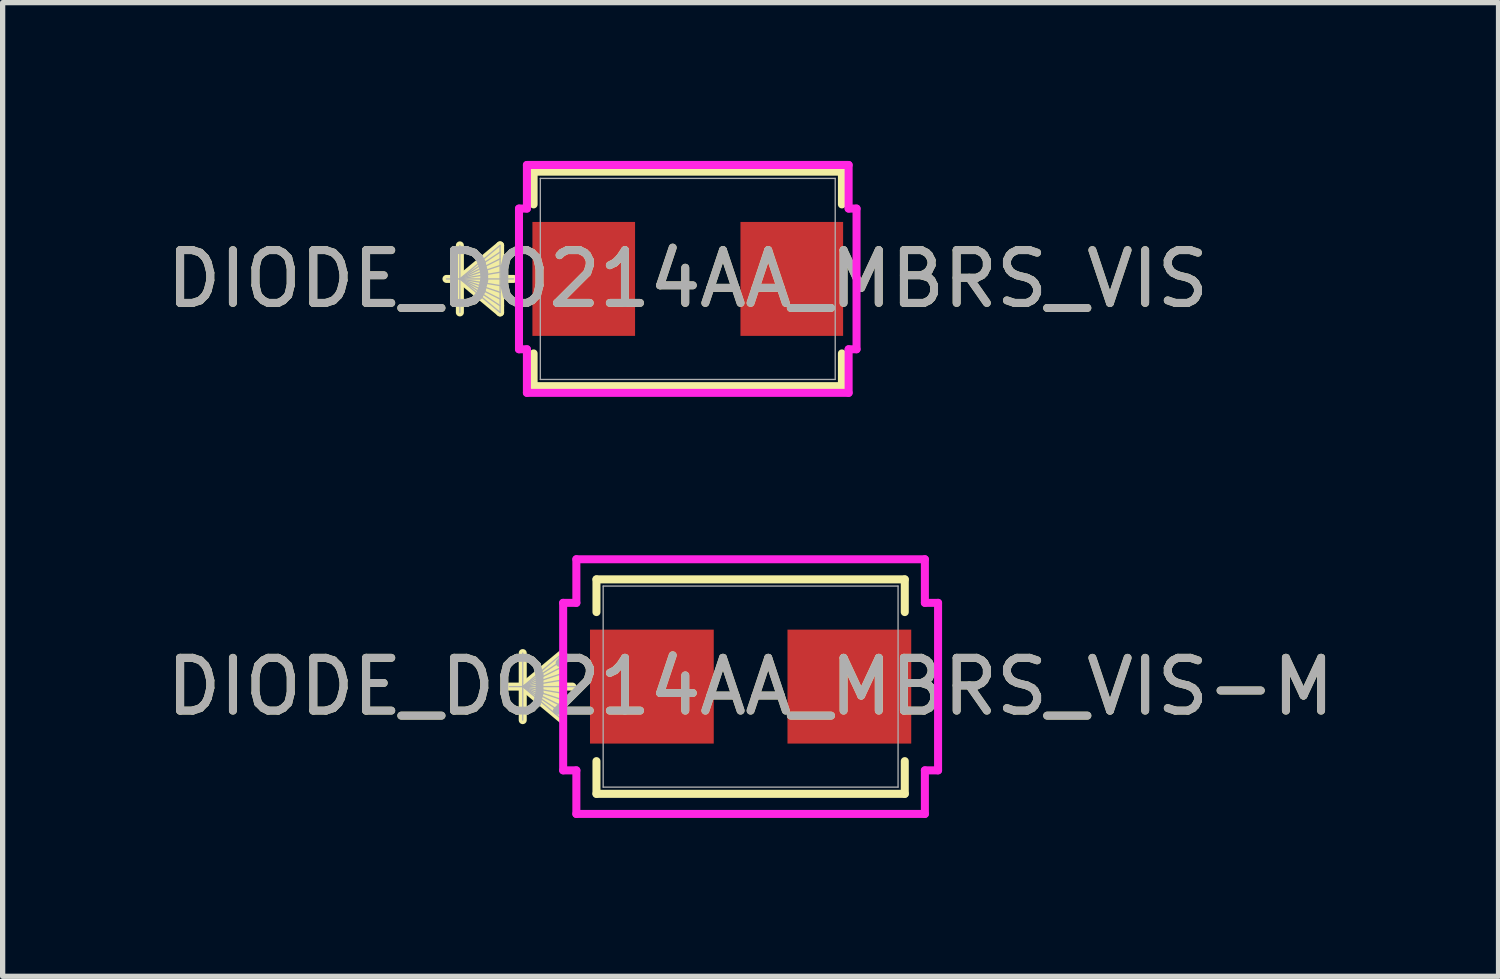
<source format=kicad_pcb>
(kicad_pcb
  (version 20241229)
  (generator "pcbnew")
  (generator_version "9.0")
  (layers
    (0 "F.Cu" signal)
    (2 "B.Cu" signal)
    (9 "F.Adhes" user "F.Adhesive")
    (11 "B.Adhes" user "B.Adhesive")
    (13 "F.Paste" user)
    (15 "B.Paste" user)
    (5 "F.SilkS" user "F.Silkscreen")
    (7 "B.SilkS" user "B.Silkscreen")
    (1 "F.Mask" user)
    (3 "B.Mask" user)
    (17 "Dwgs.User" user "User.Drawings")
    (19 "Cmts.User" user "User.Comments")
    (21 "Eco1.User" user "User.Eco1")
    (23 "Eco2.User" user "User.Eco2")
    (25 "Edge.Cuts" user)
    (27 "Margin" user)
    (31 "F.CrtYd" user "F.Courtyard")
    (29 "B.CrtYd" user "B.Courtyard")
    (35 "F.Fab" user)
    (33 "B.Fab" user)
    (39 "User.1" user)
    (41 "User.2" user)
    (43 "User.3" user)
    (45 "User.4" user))
  (footprint "DIODE_DO214AA_MBRS_VIS"
    (layer "F.Cu")
    (at 9.982 2.235)
    (property "Reference" "DIODE_DO214AA_MBRS_VIS" (at 0 0 0) (unlocked yes) (layer "F.SilkS") (effects (font (size 1 1) (thickness 0.15))))
    (attr smd)
    (fp_line (start -4.318 -0.635) (end -4.318 0.635) (stroke (width 0.152) (type solid)) (layer "F.SilkS"))
    (fp_line (start -4.318 0) (end -3.556 -0.635) (stroke (width 0.152) (type solid)) (layer "F.SilkS"))
    (fp_line (start -4.318 0) (end -3.556 -0.508) (stroke (width 0.152) (type solid)) (layer "F.SilkS"))
    (fp_line (start -4.318 0) (end -3.556 -0.381) (stroke (width 0.152) (type solid)) (layer "F.SilkS"))
    (fp_line (start -4.318 0) (end -3.556 -0.254) (stroke (width 0.152) (type solid)) (layer "F.SilkS"))
    (fp_line (start -4.318 0) (end -3.556 -0.127) (stroke (width 0.152) (type solid)) (layer "F.SilkS"))
    (fp_line (start -4.318 0) (end -3.556 0.127) (stroke (width 0.152) (type solid)) (layer "F.SilkS"))
    (fp_line (start -4.318 0) (end -3.556 0.254) (stroke (width 0.152) (type solid)) (layer "F.SilkS"))
    (fp_line (start -4.318 0) (end -3.556 0.381) (stroke (width 0.152) (type solid)) (layer "F.SilkS"))
    (fp_line (start -4.318 0) (end -3.556 0.508) (stroke (width 0.152) (type solid)) (layer "F.SilkS"))
    (fp_line (start -4.318 0) (end -3.556 0.635) (stroke (width 0.152) (type solid)) (layer "F.SilkS"))
    (fp_line (start -3.556 -0.635) (end -3.556 0.635) (stroke (width 0.152) (type solid)) (layer "F.SilkS"))
    (fp_line (start -3.302 0) (end -4.572 0) (stroke (width 0.152) (type solid)) (layer "F.SilkS"))
    (fp_line (start -2.921 -2.032) (end -2.921 -1.412) (stroke (width 0.152) (type solid)) (layer "F.SilkS"))
    (fp_line (start -2.921 1.412) (end -2.921 2.032) (stroke (width 0.152) (type solid)) (layer "F.SilkS"))
    (fp_line (start -2.921 2.032) (end 2.921 2.032) (stroke (width 0.152) (type solid)) (layer "F.SilkS"))
    (fp_line (start 2.921 -2.032) (end -2.921 -2.032) (stroke (width 0.152) (type solid)) (layer "F.SilkS"))
    (fp_line (start 2.921 -1.412) (end 2.921 -2.032) (stroke (width 0.152) (type solid)) (layer "F.SilkS"))
    (fp_line (start 2.921 2.032) (end 2.921 1.412) (stroke (width 0.152) (type solid)) (layer "F.SilkS"))
    (fp_line (start -3.198 -1.333) (end -3.048 -1.333) (stroke (width 0.152) (type solid)) (layer "F.CrtYd"))
    (fp_line (start -3.198 1.333) (end -3.198 -1.333) (stroke (width 0.152) (type solid)) (layer "F.CrtYd"))
    (fp_line (start -3.048 -2.159) (end 3.048 -2.159) (stroke (width 0.152) (type solid)) (layer "F.CrtYd"))
    (fp_line (start -3.048 -1.333) (end -3.048 -2.159) (stroke (width 0.152) (type solid)) (layer "F.CrtYd"))
    (fp_line (start -3.048 1.333) (end -3.198 1.333) (stroke (width 0.152) (type solid)) (layer "F.CrtYd"))
    (fp_line (start -3.048 2.159) (end -3.048 1.333) (stroke (width 0.152) (type solid)) (layer "F.CrtYd"))
    (fp_line (start 3.048 -2.159) (end 3.048 -1.333) (stroke (width 0.152) (type solid)) (layer "F.CrtYd"))
    (fp_line (start 3.048 -1.333) (end 3.198 -1.333) (stroke (width 0.152) (type solid)) (layer "F.CrtYd"))
    (fp_line (start 3.048 1.333) (end 3.048 2.159) (stroke (width 0.152) (type solid)) (layer "F.CrtYd"))
    (fp_line (start 3.048 2.159) (end -3.048 2.159) (stroke (width 0.152) (type solid)) (layer "F.CrtYd"))
    (fp_line (start 3.198 -1.333) (end 3.198 1.333) (stroke (width 0.152) (type solid)) (layer "F.CrtYd"))
    (fp_line (start 3.198 1.333) (end 3.048 1.333) (stroke (width 0.152) (type solid)) (layer "F.CrtYd"))
    (fp_line (start -4.318 -0.635) (end -4.318 0.635) (stroke (width 0.025) (type solid)) (layer "F.Fab"))
    (fp_line (start -4.318 0) (end -3.556 -0.635) (stroke (width 0.025) (type solid)) (layer "F.Fab"))
    (fp_line (start -4.318 0) (end -3.556 -0.508) (stroke (width 0.025) (type solid)) (layer "F.Fab"))
    (fp_line (start -4.318 0) (end -3.556 -0.381) (stroke (width 0.025) (type solid)) (layer "F.Fab"))
    (fp_line (start -4.318 0) (end -3.556 -0.254) (stroke (width 0.025) (type solid)) (layer "F.Fab"))
    (fp_line (start -4.318 0) (end -3.556 -0.127) (stroke (width 0.025) (type solid)) (layer "F.Fab"))
    (fp_line (start -4.318 0) (end -3.556 0.127) (stroke (width 0.025) (type solid)) (layer "F.Fab"))
    (fp_line (start -4.318 0) (end -3.556 0.254) (stroke (width 0.025) (type solid)) (layer "F.Fab"))
    (fp_line (start -4.318 0) (end -3.556 0.381) (stroke (width 0.025) (type solid)) (layer "F.Fab"))
    (fp_line (start -4.318 0) (end -3.556 0.508) (stroke (width 0.025) (type solid)) (layer "F.Fab"))
    (fp_line (start -4.318 0) (end -3.556 0.635) (stroke (width 0.025) (type solid)) (layer "F.Fab"))
    (fp_line (start -3.556 -0.635) (end -3.556 0.635) (stroke (width 0.025) (type solid)) (layer "F.Fab"))
    (fp_line (start -3.302 0) (end -4.572 0) (stroke (width 0.025) (type solid)) (layer "F.Fab"))
    (fp_line (start -2.794 -1.905) (end -2.794 1.905) (stroke (width 0.025) (type solid)) (layer "F.Fab"))
    (fp_line (start -2.794 1.905) (end 2.794 1.905) (stroke (width 0.025) (type solid)) (layer "F.Fab"))
    (fp_line (start 2.794 -1.905) (end -2.794 -1.905) (stroke (width 0.025) (type solid)) (layer "F.Fab"))
    (fp_line (start 2.794 1.905) (end 2.794 -1.905) (stroke (width 0.025) (type solid)) (layer "F.Fab"))
    (fp_text user "${REFERENCE}" (at 0 0 0) (unlocked yes) (layer "F.Fab") (effects (font (size 1 1) (thickness 0.15))))
    (pad "1" smd rect (at -1.971 0 90) (size 2.159 1.945) (layers "F.Cu" "F.Mask" "F.Paste"))
    (pad "2" smd rect (at 1.971 0 90) (size 2.159 1.945) (layers "F.Cu" "F.Mask" "F.Paste"))
    (zone (net_name "") (layer "F.Cu") (hatch full 0.508) (connect_pads) (min_thickness 0.254) (filled_areas_thickness no) (keepout (tracks not_allowed) (vias not_allowed) (pads allowed) (copperpour not_allowed) (footprints allowed)) (placement (enabled no)) (fill) (polygon (pts (xy 7.239 0.381) (xy 12.725 0.381) (xy 12.725 1.105) (xy 7.239 1.105))))
    (zone (net_name "") (layer "F.Cu") (hatch full 0.508) (connect_pads) (min_thickness 0.254) (filled_areas_thickness no) (keepout (tracks not_allowed) (vias not_allowed) (pads allowed) (copperpour not_allowed) (footprints allowed)) (placement (enabled no)) (fill) (polygon (pts (xy 7.239 3.365) (xy 12.725 3.365) (xy 12.725 4.089) (xy 7.239 4.089))))
    (zone (net_name "") (layer "F.Cu") (hatch full 0.508) (connect_pads) (min_thickness 0.254) (filled_areas_thickness no) (keepout (tracks not_allowed) (vias not_allowed) (pads allowed) (copperpour not_allowed) (footprints allowed)) (placement (enabled no)) (fill) (polygon (pts (xy 9.034 1.105) (xy 10.93 1.105) (xy 10.93 3.365) (xy 9.034 3.365)))))
  (footprint "DIODE_DO214AA_MBRS_VIS-M"
    (layer "F.Cu")
    (at 11.173 9.96)
    (property "Reference" "DIODE_DO214AA_MBRS_VIS-M" (at 0 0 0) (unlocked yes) (layer "F.SilkS") (effects (font (size 1 1) (thickness 0.15))))
    (attr smd)
    (fp_line (start -4.318 -0.635) (end -4.318 0.635) (stroke (width 0.152) (type solid)) (layer "F.SilkS"))
    (fp_line (start -4.318 0) (end -3.556 -0.635) (stroke (width 0.152) (type solid)) (layer "F.SilkS"))
    (fp_line (start -4.318 0) (end -3.556 -0.508) (stroke (width 0.152) (type solid)) (layer "F.SilkS"))
    (fp_line (start -4.318 0) (end -3.556 -0.381) (stroke (width 0.152) (type solid)) (layer "F.SilkS"))
    (fp_line (start -4.318 0) (end -3.556 -0.254) (stroke (width 0.152) (type solid)) (layer "F.SilkS"))
    (fp_line (start -4.318 0) (end -3.556 -0.127) (stroke (width 0.152) (type solid)) (layer "F.SilkS"))
    (fp_line (start -4.318 0) (end -3.556 0.127) (stroke (width 0.152) (type solid)) (layer "F.SilkS"))
    (fp_line (start -4.318 0) (end -3.556 0.254) (stroke (width 0.152) (type solid)) (layer "F.SilkS"))
    (fp_line (start -4.318 0) (end -3.556 0.381) (stroke (width 0.152) (type solid)) (layer "F.SilkS"))
    (fp_line (start -4.318 0) (end -3.556 0.508) (stroke (width 0.152) (type solid)) (layer "F.SilkS"))
    (fp_line (start -4.318 0) (end -3.556 0.635) (stroke (width 0.152) (type solid)) (layer "F.SilkS"))
    (fp_line (start -3.556 -0.635) (end -3.556 0.635) (stroke (width 0.152) (type solid)) (layer "F.SilkS"))
    (fp_line (start -3.377 0) (end -4.572 0) (stroke (width 0.152) (type solid)) (layer "F.SilkS"))
    (fp_line (start -2.921 -2.032) (end -2.921 -1.412) (stroke (width 0.152) (type solid)) (layer "F.SilkS"))
    (fp_line (start -2.921 1.412) (end -2.921 2.032) (stroke (width 0.152) (type solid)) (layer "F.SilkS"))
    (fp_line (start -2.921 2.032) (end 2.921 2.032) (stroke (width 0.152) (type solid)) (layer "F.SilkS"))
    (fp_line (start 2.921 -2.032) (end -2.921 -2.032) (stroke (width 0.152) (type solid)) (layer "F.SilkS"))
    (fp_line (start 2.921 -1.412) (end 2.921 -2.032) (stroke (width 0.152) (type solid)) (layer "F.SilkS"))
    (fp_line (start 2.921 2.032) (end 2.921 1.412) (stroke (width 0.152) (type solid)) (layer "F.SilkS"))
    (fp_line (start -3.552 -1.587) (end -3.302 -1.587) (stroke (width 0.152) (type solid)) (layer "F.CrtYd"))
    (fp_line (start -3.552 1.587) (end -3.552 -1.587) (stroke (width 0.152) (type solid)) (layer "F.CrtYd"))
    (fp_line (start -3.302 -2.413) (end 3.302 -2.413) (stroke (width 0.152) (type solid)) (layer "F.CrtYd"))
    (fp_line (start -3.302 -1.587) (end -3.302 -2.413) (stroke (width 0.152) (type solid)) (layer "F.CrtYd"))
    (fp_line (start -3.302 1.587) (end -3.552 1.587) (stroke (width 0.152) (type solid)) (layer "F.CrtYd"))
    (fp_line (start -3.302 2.413) (end -3.302 1.587) (stroke (width 0.152) (type solid)) (layer "F.CrtYd"))
    (fp_line (start 3.302 -2.413) (end 3.302 -1.587) (stroke (width 0.152) (type solid)) (layer "F.CrtYd"))
    (fp_line (start 3.302 -1.587) (end 3.552 -1.587) (stroke (width 0.152) (type solid)) (layer "F.CrtYd"))
    (fp_line (start 3.302 1.587) (end 3.302 2.413) (stroke (width 0.152) (type solid)) (layer "F.CrtYd"))
    (fp_line (start 3.302 2.413) (end -3.302 2.413) (stroke (width 0.152) (type solid)) (layer "F.CrtYd"))
    (fp_line (start 3.552 -1.587) (end 3.552 1.587) (stroke (width 0.152) (type solid)) (layer "F.CrtYd"))
    (fp_line (start 3.552 1.587) (end 3.302 1.587) (stroke (width 0.152) (type solid)) (layer "F.CrtYd"))
    (fp_line (start -4.318 -0.635) (end -4.318 0.635) (stroke (width 0.025) (type solid)) (layer "F.Fab"))
    (fp_line (start -4.318 0) (end -3.556 -0.635) (stroke (width 0.025) (type solid)) (layer "F.Fab"))
    (fp_line (start -4.318 0) (end -3.556 -0.508) (stroke (width 0.025) (type solid)) (layer "F.Fab"))
    (fp_line (start -4.318 0) (end -3.556 -0.381) (stroke (width 0.025) (type solid)) (layer "F.Fab"))
    (fp_line (start -4.318 0) (end -3.556 -0.254) (stroke (width 0.025) (type solid)) (layer "F.Fab"))
    (fp_line (start -4.318 0) (end -3.556 -0.127) (stroke (width 0.025) (type solid)) (layer "F.Fab"))
    (fp_line (start -4.318 0) (end -3.556 0.127) (stroke (width 0.025) (type solid)) (layer "F.Fab"))
    (fp_line (start -4.318 0) (end -3.556 0.254) (stroke (width 0.025) (type solid)) (layer "F.Fab"))
    (fp_line (start -4.318 0) (end -3.556 0.381) (stroke (width 0.025) (type solid)) (layer "F.Fab"))
    (fp_line (start -4.318 0) (end -3.556 0.508) (stroke (width 0.025) (type solid)) (layer "F.Fab"))
    (fp_line (start -4.318 0) (end -3.556 0.635) (stroke (width 0.025) (type solid)) (layer "F.Fab"))
    (fp_line (start -3.556 -0.635) (end -3.556 0.635) (stroke (width 0.025) (type solid)) (layer "F.Fab"))
    (fp_line (start -3.302 0) (end -4.572 0) (stroke (width 0.025) (type solid)) (layer "F.Fab"))
    (fp_line (start -2.794 -1.905) (end -2.794 1.905) (stroke (width 0.025) (type solid)) (layer "F.Fab"))
    (fp_line (start -2.794 1.905) (end 2.794 1.905) (stroke (width 0.025) (type solid)) (layer "F.Fab"))
    (fp_line (start 2.794 -1.905) (end -2.794 -1.905) (stroke (width 0.025) (type solid)) (layer "F.Fab"))
    (fp_line (start 2.794 1.905) (end 2.794 -1.905) (stroke (width 0.025) (type solid)) (layer "F.Fab"))
    (fp_text user "${REFERENCE}" (at 0 0 0) (unlocked yes) (layer "F.Fab") (effects (font (size 1 1) (thickness 0.15))))
    (pad "1" smd rect (at -1.871 0 90) (size 2.159 2.345) (layers "F.Cu" "F.Mask" "F.Paste"))
    (pad "2" smd rect (at 1.871 0 90) (size 2.159 2.345) (layers "F.Cu" "F.Mask" "F.Paste"))
    (zone (net_name "") (layer "F.Cu") (hatch full 0.508) (connect_pads) (min_thickness 0.254) (filled_areas_thickness no) (keepout (tracks not_allowed) (vias not_allowed) (pads allowed) (copperpour not_allowed) (footprints allowed)) (placement (enabled no)) (fill) (polygon (pts (xy 8.429 8.105) (xy 13.916 8.105) (xy 13.916 8.829) (xy 8.429 8.829))))
    (zone (net_name "") (layer "F.Cu") (hatch full 0.508) (connect_pads) (min_thickness 0.254) (filled_areas_thickness no) (keepout (tracks not_allowed) (vias not_allowed) (pads allowed) (copperpour not_allowed) (footprints allowed)) (placement (enabled no)) (fill) (polygon (pts (xy 8.429 11.09) (xy 13.916 11.09) (xy 13.916 11.814) (xy 8.429 11.814))))
    (zone (net_name "") (layer "F.Cu") (hatch full 0.508) (connect_pads) (min_thickness 0.254) (filled_areas_thickness no) (keepout (tracks not_allowed) (vias not_allowed) (pads allowed) (copperpour not_allowed) (footprints allowed)) (placement (enabled no)) (fill) (polygon (pts (xy 10.525 8.829) (xy 11.82 8.829) (xy 11.82 11.09) (xy 10.525 11.09)))))
  (gr_rect
    (start -3 -3)
    (end 25.345 15.449)
    (stroke (width 0.1) (type default))
    (fill no)
    (layer "Edge.Cuts")))
</source>
